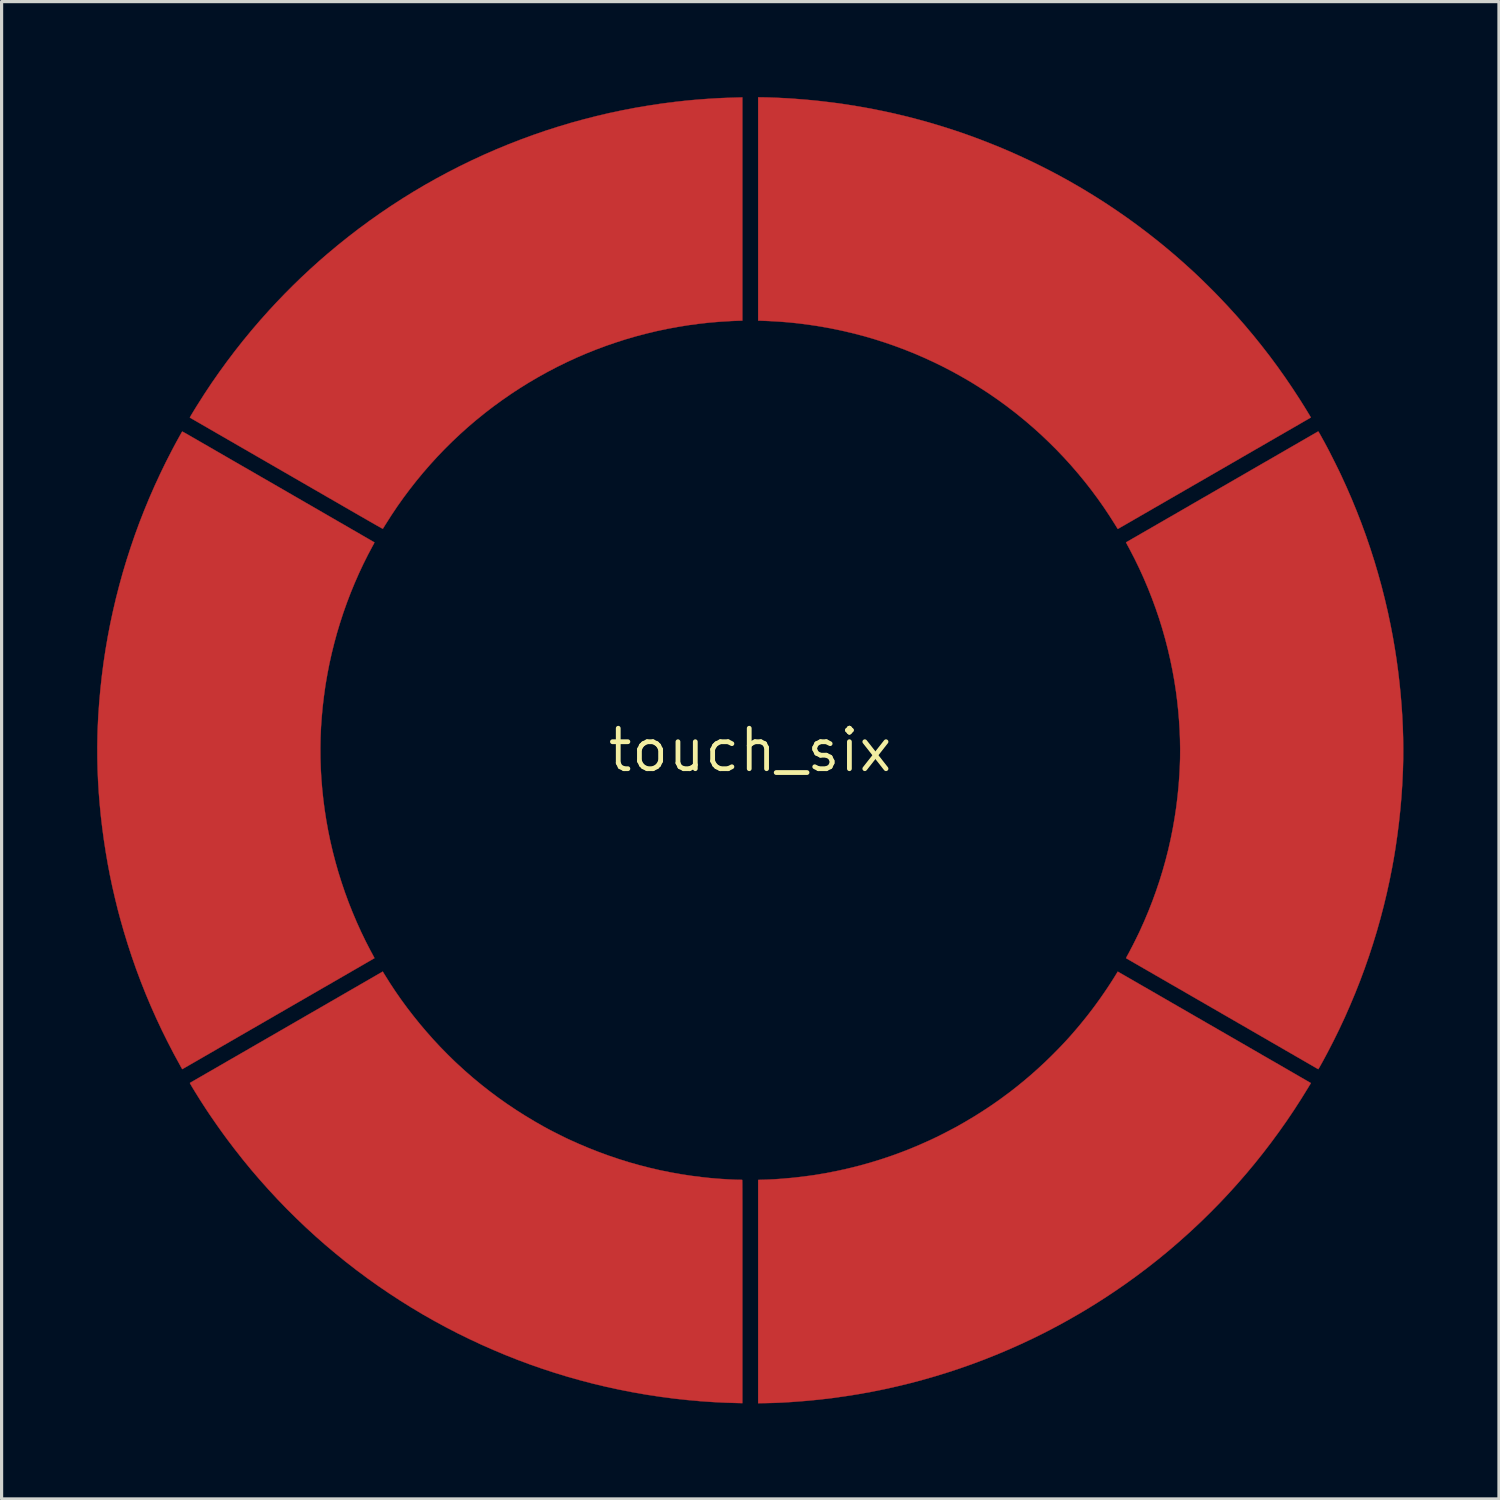
<source format=kicad_pcb>
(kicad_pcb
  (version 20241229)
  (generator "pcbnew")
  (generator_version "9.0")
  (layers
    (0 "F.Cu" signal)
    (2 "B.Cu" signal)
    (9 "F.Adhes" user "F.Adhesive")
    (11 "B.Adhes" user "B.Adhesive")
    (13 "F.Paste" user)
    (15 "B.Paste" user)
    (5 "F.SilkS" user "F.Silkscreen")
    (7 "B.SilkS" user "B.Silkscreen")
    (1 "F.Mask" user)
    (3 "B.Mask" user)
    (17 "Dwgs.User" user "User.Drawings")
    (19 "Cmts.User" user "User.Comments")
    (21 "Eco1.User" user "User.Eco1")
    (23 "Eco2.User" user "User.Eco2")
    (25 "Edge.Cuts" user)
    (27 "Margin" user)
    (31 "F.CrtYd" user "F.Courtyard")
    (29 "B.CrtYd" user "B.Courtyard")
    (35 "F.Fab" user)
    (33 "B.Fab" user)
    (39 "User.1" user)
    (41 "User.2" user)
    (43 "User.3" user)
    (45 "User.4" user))
  (footprint "touch_six"
    (layer "F.Cu")
    (at 20.502 20.503)
    (property "Reference" "touch_six" (at 0 0 0) (layer "F.SilkS") (effects (font (size 1.27 1.27) (thickness 0.15))))
    (attr through_hole)
    (fp_poly (pts (xy 11.544 6.953) (xy 11.555 6.96) (xy 11.573 6.97) (xy 11.598 6.984) (xy 11.629 7.002) (xy 11.666 7.023) (xy 11.709 7.048) (xy 11.758 7.076) (xy 11.813 7.108) (xy 11.874 7.143) (xy 11.939 7.181) (xy 12.01 7.221) (xy 12.085 7.265) (xy 12.165 7.311) (xy 12.25 7.36) (xy 12.338 7.411) (xy 12.431 7.464) (xy 12.528 7.52) (xy 12.628 7.578) (xy 12.731 7.637) (xy 12.838 7.699) (xy 12.947 7.762) (xy 13.059 7.827) (xy 13.174 7.893) (xy 13.291 7.961) (xy 13.411 8.03) (xy 13.532 8.1) (xy 13.655 8.17) (xy 13.779 8.242) (xy 13.905 8.315) (xy 14.031 8.388) (xy 14.159 8.461) (xy 14.287 8.536) (xy 14.416 8.61) (xy 14.545 8.684) (xy 14.674 8.759) (xy 14.803 8.833) (xy 14.931 8.907) (xy 15.059 8.981) (xy 15.186 9.054) (xy 15.312 9.127) (xy 15.437 9.199) (xy 15.56 9.27) (xy 15.682 9.341) (xy 15.802 9.41) (xy 15.92 9.478) (xy 16.035 9.545) (xy 16.148 9.61) (xy 16.259 9.674) (xy 16.366 9.736) (xy 16.471 9.796) (xy 16.572 9.854) (xy 16.67 9.911) (xy 16.764 9.965) (xy 16.854 10.017) (xy 16.939 10.067) (xy 17.021 10.114) (xy 17.098 10.158) (xy 17.17 10.2) (xy 17.237 10.239) (xy 17.299 10.275) (xy 17.356 10.307) (xy 17.407 10.337) (xy 17.452 10.363) (xy 17.492 10.386) (xy 17.525 10.405) (xy 17.551 10.42) (xy 17.571 10.432) (xy 17.584 10.439) (xy 17.59 10.443) (xy 17.591 10.443) (xy 17.602 10.45) (xy 17.52 10.586) (xy 17.299 10.944) (xy 17.072 11.296) (xy 16.838 11.643) (xy 16.597 11.984) (xy 16.351 12.319) (xy 16.098 12.649) (xy 15.839 12.973) (xy 15.573 13.292) (xy 15.301 13.605) (xy 15.023 13.913) (xy 14.738 14.215) (xy 14.447 14.511) (xy 14.149 14.803) (xy 13.845 15.088) (xy 13.741 15.183) (xy 13.431 15.459) (xy 13.116 15.729) (xy 12.795 15.992) (xy 12.469 16.248) (xy 12.138 16.497) (xy 11.802 16.74) (xy 11.461 16.976) (xy 11.115 17.205) (xy 10.765 17.427) (xy 10.411 17.642) (xy 10.052 17.849) (xy 9.69 18.05) (xy 9.323 18.243) (xy 8.952 18.429) (xy 8.577 18.607) (xy 8.199 18.777) (xy 7.817 18.94) (xy 7.432 19.095) (xy 7.402 19.107) (xy 7.013 19.254) (xy 6.621 19.393) (xy 6.226 19.524) (xy 5.829 19.647) (xy 5.43 19.762) (xy 5.028 19.869) (xy 4.625 19.967) (xy 4.22 20.058) (xy 3.813 20.14) (xy 3.404 20.214) (xy 2.994 20.279) (xy 2.583 20.337) (xy 2.17 20.386) (xy 1.757 20.426) (xy 1.342 20.458) (xy 1.291 20.462) (xy 1.152 20.47) (xy 1.02 20.478) (xy 0.894 20.484) (xy 0.774 20.489) (xy 0.657 20.492) (xy 0.544 20.495) (xy 0.458 20.497) (xy 0.25 20.499) (xy 0.25 13.492) (xy 0.259 13.49) (xy 0.266 13.489) (xy 0.28 13.489) (xy 0.3 13.488) (xy 0.324 13.487) (xy 0.353 13.486) (xy 0.379 13.485) (xy 0.501 13.482) (xy 0.631 13.476) (xy 0.768 13.469) (xy 0.911 13.459) (xy 1.022 13.451) (xy 1.358 13.421) (xy 1.691 13.382) (xy 2.024 13.336) (xy 2.355 13.281) (xy 2.684 13.217) (xy 3.011 13.146) (xy 3.336 13.067) (xy 3.659 12.979) (xy 3.979 12.884) (xy 4.297 12.781) (xy 4.612 12.67) (xy 4.925 12.551) (xy 5.234 12.424) (xy 5.54 12.29) (xy 5.844 12.148) (xy 6.143 11.998) (xy 6.44 11.842) (xy 6.732 11.677) (xy 7.021 11.505) (xy 7.305 11.326) (xy 7.586 11.14) (xy 7.862 10.946) (xy 7.897 10.92) (xy 8.132 10.747) (xy 8.361 10.569) (xy 8.586 10.386) (xy 8.808 10.198) (xy 9.026 10.004) (xy 9.242 9.804) (xy 9.456 9.597) (xy 9.668 9.383) (xy 9.834 9.21) (xy 9.922 9.115) (xy 10.013 9.015) (xy 10.106 8.91) (xy 10.201 8.8) (xy 10.296 8.688) (xy 10.391 8.574) (xy 10.484 8.46) (xy 10.575 8.346) (xy 10.628 8.278) (xy 10.72 8.159) (xy 10.812 8.036) (xy 10.905 7.908) (xy 10.998 7.779) (xy 11.089 7.647) (xy 11.179 7.516) (xy 11.266 7.385) (xy 11.349 7.257) (xy 11.428 7.132) (xy 11.502 7.012) (xy 11.517 6.986) (xy 11.526 6.971) (xy 11.534 6.959) (xy 11.539 6.952) (xy 11.541 6.951) (xy 11.544 6.953)) (stroke (width 0.01) (type solid)) (fill yes) (layer "F.Cu"))
    (fp_poly (pts (xy -0.246 -13.488) (xy -0.302 -13.486) (xy -0.326 -13.485) (xy -0.355 -13.484) (xy -0.387 -13.483) (xy -0.419 -13.482) (xy -0.436 -13.481) (xy -0.467 -13.48) (xy -0.503 -13.479) (xy -0.541 -13.477) (xy -0.578 -13.476) (xy -0.603 -13.474) (xy -0.941 -13.454) (xy -1.277 -13.426) (xy -1.611 -13.389) (xy -1.944 -13.344) (xy -2.275 -13.29) (xy -2.605 -13.229) (xy -2.932 -13.16) (xy -3.257 -13.082) (xy -3.58 -12.997) (xy -3.9 -12.904) (xy -4.218 -12.802) (xy -4.533 -12.694) (xy -4.846 -12.577) (xy -5.155 -12.453) (xy -5.461 -12.321) (xy -5.764 -12.181) (xy -6.064 -12.034) (xy -6.36 -11.879) (xy -6.652 -11.717) (xy -6.941 -11.548) (xy -7.226 -11.371) (xy -7.506 -11.187) (xy -7.783 -10.996) (xy -8.055 -10.798) (xy -8.322 -10.593) (xy -8.585 -10.38) (xy -8.611 -10.359) (xy -8.864 -10.143) (xy -9.111 -9.921) (xy -9.354 -9.692) (xy -9.591 -9.457) (xy -9.822 -9.216) (xy -10.047 -8.969) (xy -10.266 -8.717) (xy -10.478 -8.46) (xy -10.684 -8.198) (xy -10.884 -7.931) (xy -11.076 -7.66) (xy -11.261 -7.384) (xy -11.439 -7.104) (xy -11.474 -7.049) (xy -11.489 -7.024) (xy -11.503 -7.001) (xy -11.515 -6.982) (xy -11.524 -6.967) (xy -11.53 -6.957) (xy -11.532 -6.955) (xy -11.533 -6.954) (xy -11.535 -6.955) (xy -11.538 -6.956) (xy -11.542 -6.958) (xy -11.547 -6.96) (xy -11.555 -6.964) (xy -11.564 -6.968) (xy -11.575 -6.974) (xy -11.587 -6.981) (xy -11.603 -6.99) (xy -11.62 -6.999) (xy -11.64 -7.011) (xy -11.663 -7.023) (xy -11.689 -7.038) (xy -11.718 -7.054) (xy -11.75 -7.072) (xy -11.785 -7.092) (xy -11.824 -7.115) (xy -11.866 -7.139) (xy -11.912 -7.165) (xy -11.963 -7.194) (xy -12.017 -7.225) (xy -12.076 -7.259) (xy -12.139 -7.296) (xy -12.207 -7.335) (xy -12.28 -7.376) (xy -12.357 -7.421) (xy -12.44 -7.469) (xy -12.528 -7.519) (xy -12.621 -7.573) (xy -12.72 -7.63) (xy -12.825 -7.691) (xy -12.935 -7.755) (xy -13.052 -7.822) (xy -13.175 -7.893) (xy -13.304 -7.967) (xy -13.44 -8.046) (xy -13.582 -8.128) (xy -13.731 -8.214) (xy -13.888 -8.304) (xy -14.048 -8.397) (xy -14.188 -8.478) (xy -14.327 -8.558) (xy -14.465 -8.638) (xy -14.602 -8.717) (xy -14.739 -8.796) (xy -14.874 -8.874) (xy -15.007 -8.951) (xy -15.139 -9.027) (xy -15.268 -9.102) (xy -15.396 -9.175) (xy -15.52 -9.247) (xy -15.642 -9.318) (xy -15.761 -9.386) (xy -15.877 -9.453) (xy -15.989 -9.518) (xy -16.097 -9.58) (xy -16.201 -9.641) (xy -16.301 -9.698) (xy -16.397 -9.753) (xy -16.487 -9.806) (xy -16.573 -9.855) (xy -16.654 -9.902) (xy -16.729 -9.945) (xy -16.798 -9.985) (xy -16.862 -10.022) (xy -16.919 -10.055) (xy -16.97 -10.084) (xy -17.014 -10.11) (xy -17.051 -10.131) (xy -17.073 -10.144) (xy -17.134 -10.179) (xy -17.193 -10.213) (xy -17.249 -10.246) (xy -17.303 -10.277) (xy -17.353 -10.306) (xy -17.4 -10.333) (xy -17.442 -10.357) (xy -17.48 -10.379) (xy -17.514 -10.398) (xy -17.541 -10.415) (xy -17.563 -10.427) (xy -17.579 -10.437) (xy -17.588 -10.442) (xy -17.591 -10.444) (xy -17.59 -10.448) (xy -17.584 -10.459) (xy -17.575 -10.476) (xy -17.561 -10.5) (xy -17.545 -10.528) (xy -17.525 -10.561) (xy -17.502 -10.599) (xy -17.477 -10.641) (xy -17.449 -10.687) (xy -17.419 -10.735) (xy -17.388 -10.786) (xy -17.365 -10.823) (xy -17.141 -11.175) (xy -16.91 -11.523) (xy -16.672 -11.865) (xy -16.427 -12.202) (xy -16.176 -12.534) (xy -15.918 -12.861) (xy -15.653 -13.183) (xy -15.382 -13.499) (xy -15.104 -13.81) (xy -14.868 -14.064) (xy -14.615 -14.328) (xy -14.354 -14.59) (xy -14.088 -14.848) (xy -13.817 -15.101) (xy -13.543 -15.348) (xy -13.267 -15.587) (xy -13.267 -15.587) (xy -12.946 -15.856) (xy -12.62 -16.117) (xy -12.29 -16.371) (xy -11.955 -16.618) (xy -11.615 -16.858) (xy -11.271 -17.091) (xy -10.922 -17.317) (xy -10.569 -17.536) (xy -10.211 -17.747) (xy -9.848 -17.952) (xy -9.481 -18.149) (xy -9.11 -18.339) (xy -8.734 -18.522) (xy -8.354 -18.697) (xy -8.344 -18.702) (xy -7.965 -18.867) (xy -7.582 -19.025) (xy -7.196 -19.175) (xy -6.807 -19.317) (xy -6.416 -19.452) (xy -6.021 -19.578) (xy -5.625 -19.697) (xy -5.225 -19.807) (xy -4.824 -19.909) (xy -4.421 -20.004) (xy -4.015 -20.09) (xy -3.608 -20.168) (xy -3.2 -20.237) (xy -2.79 -20.299) (xy -2.379 -20.352) (xy -2.036 -20.39) (xy -1.851 -20.408) (xy -1.669 -20.424) (xy -1.489 -20.438) (xy -1.308 -20.451) (xy -1.127 -20.462) (xy -0.943 -20.472) (xy -0.755 -20.48) (xy -0.561 -20.486) (xy -0.363 -20.492) (xy -0.246 -20.495) (xy -0.246 -13.488)) (stroke (width 0.01) (type solid)) (fill yes) (layer "F.Cu"))
    (fp_poly (pts (xy 0.327 -20.498) (xy 0.38 -20.497) (xy 0.44 -20.496) (xy 0.506 -20.495) (xy 0.579 -20.493) (xy 0.656 -20.49) (xy 0.737 -20.487) (xy 0.822 -20.484) (xy 0.908 -20.48) (xy 0.995 -20.475) (xy 1.083 -20.471) (xy 1.17 -20.466) (xy 1.256 -20.461) (xy 1.339 -20.455) (xy 1.372 -20.453) (xy 1.786 -20.42) (xy 2.199 -20.379) (xy 2.61 -20.33) (xy 3.021 -20.272) (xy 3.43 -20.206) (xy 3.837 -20.132) (xy 4.243 -20.05) (xy 4.647 -19.959) (xy 5.049 -19.861) (xy 5.448 -19.754) (xy 5.846 -19.639) (xy 6.241 -19.516) (xy 6.634 -19.386) (xy 7.024 -19.247) (xy 7.411 -19.1) (xy 7.796 -18.946) (xy 8.177 -18.784) (xy 8.556 -18.613) (xy 8.931 -18.436) (xy 9.303 -18.25) (xy 9.672 -18.057) (xy 9.692 -18.046) (xy 10.052 -17.847) (xy 10.409 -17.64) (xy 10.762 -17.426) (xy 11.111 -17.205) (xy 11.455 -16.977) (xy 11.795 -16.742) (xy 12.13 -16.5) (xy 12.459 -16.252) (xy 12.783 -15.998) (xy 12.804 -15.981) (xy 13.031 -15.796) (xy 13.257 -15.606) (xy 13.48 -15.413) (xy 13.698 -15.219) (xy 13.91 -15.026) (xy 13.964 -14.976) (xy 14.032 -14.912) (xy 14.104 -14.843) (xy 14.18 -14.77) (xy 14.257 -14.694) (xy 14.336 -14.617) (xy 14.414 -14.54) (xy 14.49 -14.464) (xy 14.564 -14.39) (xy 14.633 -14.319) (xy 14.687 -14.264) (xy 14.974 -13.961) (xy 15.255 -13.653) (xy 15.529 -13.34) (xy 15.797 -13.021) (xy 16.057 -12.698) (xy 16.312 -12.369) (xy 16.559 -12.035) (xy 16.8 -11.695) (xy 17.034 -11.35) (xy 17.262 -11) (xy 17.364 -10.837) (xy 17.384 -10.807) (xy 17.404 -10.773) (xy 17.426 -10.738) (xy 17.448 -10.702) (xy 17.47 -10.666) (xy 17.492 -10.63) (xy 17.513 -10.596) (xy 17.532 -10.563) (xy 17.551 -10.533) (xy 17.567 -10.506) (xy 17.58 -10.483) (xy 17.591 -10.465) (xy 17.598 -10.453) (xy 17.601 -10.447) (xy 17.601 -10.446) (xy 17.598 -10.444) (xy 17.587 -10.438) (xy 17.569 -10.427) (xy 17.545 -10.413) (xy 17.514 -10.395) (xy 17.477 -10.374) (xy 17.433 -10.349) (xy 17.384 -10.321) (xy 17.329 -10.289) (xy 17.269 -10.254) (xy 17.204 -10.216) (xy 17.133 -10.175) (xy 17.058 -10.132) (xy 16.978 -10.086) (xy 16.893 -10.037) (xy 16.804 -9.986) (xy 16.712 -9.932) (xy 16.615 -9.877) (xy 16.515 -9.819) (xy 16.412 -9.759) (xy 16.305 -9.698) (xy 16.196 -9.634) (xy 16.083 -9.569) (xy 15.969 -9.503) (xy 15.851 -9.436) (xy 15.732 -9.367) (xy 15.611 -9.297) (xy 15.488 -9.226) (xy 15.364 -9.154) (xy 15.238 -9.081) (xy 15.111 -9.008) (xy 14.983 -8.934) (xy 14.855 -8.86) (xy 14.726 -8.786) (xy 14.597 -8.711) (xy 14.468 -8.637) (xy 14.339 -8.562) (xy 14.211 -8.488) (xy 14.083 -8.414) (xy 13.955 -8.341) (xy 13.829 -8.268) (xy 13.704 -8.196) (xy 13.581 -8.124) (xy 13.459 -8.054) (xy 13.339 -7.985) (xy 13.221 -7.917) (xy 13.105 -7.85) (xy 12.991 -7.784) (xy 12.881 -7.72) (xy 12.773 -7.658) (xy 12.668 -7.598) (xy 12.567 -7.539) (xy 12.469 -7.482) (xy 12.374 -7.428) (xy 12.284 -7.376) (xy 12.198 -7.326) (xy 12.116 -7.279) (xy 12.038 -7.234) (xy 11.966 -7.192) (xy 11.898 -7.153) (xy 11.836 -7.117) (xy 11.779 -7.084) (xy 11.727 -7.054) (xy 11.681 -7.028) (xy 11.641 -7.005) (xy 11.608 -6.986) (xy 11.581 -6.97) (xy 11.56 -6.958) (xy 11.547 -6.95) (xy 11.543 -6.948) (xy 11.54 -6.95) (xy 11.533 -6.958) (xy 11.53 -6.963) (xy 11.525 -6.971) (xy 11.517 -6.985) (xy 11.505 -7.003) (xy 11.491 -7.026) (xy 11.476 -7.051) (xy 11.462 -7.074) (xy 11.285 -7.353) (xy 11.101 -7.629) (xy 10.91 -7.9) (xy 10.712 -8.167) (xy 10.507 -8.429) (xy 10.295 -8.687) (xy 10.077 -8.939) (xy 9.853 -9.186) (xy 9.623 -9.427) (xy 9.386 -9.663) (xy 9.145 -9.893) (xy 8.898 -10.116) (xy 8.645 -10.334) (xy 8.388 -10.544) (xy 8.287 -10.624) (xy 8.018 -10.829) (xy 7.745 -11.026) (xy 7.467 -11.217) (xy 7.184 -11.4) (xy 6.898 -11.577) (xy 6.607 -11.745) (xy 6.313 -11.907) (xy 6.015 -12.061) (xy 5.713 -12.207) (xy 5.407 -12.346) (xy 5.098 -12.478) (xy 4.786 -12.601) (xy 4.471 -12.717) (xy 4.153 -12.825) (xy 3.832 -12.926) (xy 3.508 -13.018) (xy 3.182 -13.102) (xy 2.853 -13.178) (xy 2.663 -13.218) (xy 2.371 -13.274) (xy 2.076 -13.324) (xy 1.779 -13.368) (xy 1.483 -13.405) (xy 1.187 -13.435) (xy 0.892 -13.458) (xy 0.601 -13.474) (xy 0.491 -13.479) (xy 0.455 -13.48) (xy 0.42 -13.481) (xy 0.385 -13.483) (xy 0.354 -13.484) (xy 0.327 -13.485) (xy 0.307 -13.486) (xy 0.306 -13.486) (xy 0.25 -13.488) (xy 0.25 -20.498) (xy 0.327 -20.498)) (stroke (width 0.01) (type solid)) (fill yes) (layer "F.Cu"))
    (fp_poly (pts (xy -17.827 -10.002) (xy -17.82 -10) (xy -17.81 -9.995) (xy -17.797 -9.988) (xy -17.78 -9.979) (xy -17.759 -9.967) (xy -17.732 -9.953) (xy -17.701 -9.935) (xy -17.664 -9.914) (xy -17.621 -9.889) (xy -17.572 -9.861) (xy -17.516 -9.828) (xy -17.515 -9.828) (xy -17.495 -9.816) (xy -17.467 -9.8) (xy -17.433 -9.781) (xy -17.392 -9.757) (xy -17.345 -9.73) (xy -17.291 -9.698) (xy -17.231 -9.664) (xy -17.165 -9.626) (xy -17.094 -9.585) (xy -17.017 -9.541) (xy -16.935 -9.493) (xy -16.848 -9.443) (xy -16.757 -9.39) (xy -16.66 -9.334) (xy -16.559 -9.276) (xy -16.454 -9.215) (xy -16.345 -9.152) (xy -16.233 -9.087) (xy -16.116 -9.02) (xy -15.997 -8.951) (xy -15.874 -8.88) (xy -15.748 -8.808) (xy -15.62 -8.734) (xy -15.489 -8.658) (xy -15.356 -8.581) (xy -15.22 -8.503) (xy -15.083 -8.424) (xy -14.944 -8.344) (xy -14.804 -8.263) (xy -14.662 -8.181) (xy -14.52 -8.099) (xy -14.503 -8.089) (xy -14.363 -8.008) (xy -14.224 -7.928) (xy -14.088 -7.849) (xy -13.953 -7.771) (xy -13.821 -7.695) (xy -13.691 -7.62) (xy -13.564 -7.547) (xy -13.44 -7.475) (xy -13.319 -7.405) (xy -13.202 -7.337) (xy -13.087 -7.271) (xy -12.977 -7.207) (xy -12.87 -7.145) (xy -12.767 -7.086) (xy -12.668 -7.029) (xy -12.574 -6.974) (xy -12.484 -6.922) (xy -12.398 -6.873) (xy -12.318 -6.827) (xy -12.243 -6.783) (xy -12.173 -6.742) (xy -12.108 -6.705) (xy -12.049 -6.671) (xy -11.996 -6.64) (xy -11.949 -6.613) (xy -11.908 -6.589) (xy -11.873 -6.569) (xy -11.845 -6.552) (xy -11.823 -6.54) (xy -11.808 -6.531) (xy -11.801 -6.527) (xy -11.8 -6.526) (xy -11.799 -6.523) (xy -11.801 -6.515) (xy -11.806 -6.504) (xy -11.814 -6.487) (xy -11.826 -6.464) (xy -11.842 -6.434) (xy -11.843 -6.433) (xy -11.998 -6.143) (xy -12.145 -5.849) (xy -12.285 -5.55) (xy -12.418 -5.247) (xy -12.544 -4.941) (xy -12.662 -4.631) (xy -12.773 -4.318) (xy -12.876 -4.002) (xy -12.972 -3.684) (xy -13.059 -3.364) (xy -13.139 -3.042) (xy -13.211 -2.719) (xy -13.274 -2.395) (xy -13.33 -2.07) (xy -13.337 -2.026) (xy -13.383 -1.696) (xy -13.422 -1.368) (xy -13.452 -1.042) (xy -13.475 -0.717) (xy -13.489 -0.392) (xy -13.494 -0.068) (xy -13.492 0.256) (xy -13.482 0.58) (xy -13.463 0.905) (xy -13.436 1.231) (xy -13.401 1.559) (xy -13.36 1.872) (xy -13.309 2.2) (xy -13.25 2.528) (xy -13.183 2.854) (xy -13.107 3.179) (xy -13.023 3.502) (xy -12.932 3.823) (xy -12.832 4.142) (xy -12.725 4.458) (xy -12.61 4.772) (xy -12.487 5.083) (xy -12.357 5.39) (xy -12.22 5.693) (xy -12.075 5.993) (xy -11.923 6.288) (xy -11.835 6.451) (xy -11.823 6.474) (xy -11.812 6.494) (xy -11.804 6.511) (xy -11.799 6.522) (xy -11.797 6.528) (xy -11.797 6.528) (xy -11.801 6.531) (xy -11.812 6.537) (xy -11.83 6.547) (xy -11.855 6.562) (xy -11.886 6.58) (xy -11.924 6.602) (xy -11.968 6.627) (xy -12.018 6.656) (xy -12.074 6.688) (xy -12.135 6.724) (xy -12.203 6.763) (xy -12.275 6.805) (xy -12.353 6.85) (xy -12.435 6.897) (xy -12.523 6.948) (xy -12.615 7.001) (xy -12.711 7.057) (xy -12.812 7.115) (xy -12.917 7.176) (xy -13.026 7.239) (xy -13.138 7.304) (xy -13.254 7.371) (xy -13.374 7.439) (xy -13.496 7.51) (xy -13.622 7.583) (xy -13.75 7.657) (xy -13.881 7.732) (xy -14.014 7.809) (xy -14.15 7.888) (xy -14.288 7.967) (xy -14.427 8.048) (xy -14.508 8.094) (xy -14.65 8.177) (xy -14.792 8.258) (xy -14.932 8.339) (xy -15.071 8.42) (xy -15.208 8.499) (xy -15.343 8.577) (xy -15.476 8.654) (xy -15.607 8.729) (xy -15.735 8.803) (xy -15.861 8.876) (xy -15.983 8.946) (xy -16.102 9.015) (xy -16.218 9.082) (xy -16.331 9.147) (xy -16.439 9.21) (xy -16.544 9.27) (xy -16.645 9.328) (xy -16.741 9.384) (xy -16.832 9.437) (xy -16.919 9.487) (xy -17 9.534) (xy -17.077 9.578) (xy -17.148 9.619) (xy -17.213 9.657) (xy -17.273 9.691) (xy -17.326 9.722) (xy -17.373 9.749) (xy -17.414 9.773) (xy -17.448 9.792) (xy -17.475 9.808) (xy -17.495 9.82) (xy -17.498 9.821) (xy -17.544 9.848) (xy -17.588 9.873) (xy -17.63 9.897) (xy -17.668 9.92) (xy -17.704 9.94) (xy -17.735 9.958) (xy -17.761 9.973) (xy -17.782 9.985) (xy -17.797 9.994) (xy -17.805 9.998) (xy -17.806 9.999) (xy -17.83 10.012) (xy -17.838 9.998) (xy -17.843 9.991) (xy -17.851 9.977) (xy -17.861 9.958) (xy -17.874 9.936) (xy -17.888 9.911) (xy -17.897 9.893) (xy -18.098 9.525) (xy -18.29 9.154) (xy -18.475 8.78) (xy -18.651 8.404) (xy -18.82 8.024) (xy -18.981 7.641) (xy -19.134 7.255) (xy -19.279 6.866) (xy -19.416 6.474) (xy -19.545 6.078) (xy -19.667 5.679) (xy -19.781 5.277) (xy -19.85 5.018) (xy -19.939 4.657) (xy -20.023 4.293) (xy -20.1 3.927) (xy -20.17 3.559) (xy -20.233 3.189) (xy -20.29 2.818) (xy -20.34 2.447) (xy -20.384 2.075) (xy -20.42 1.705) (xy -20.45 1.335) (xy -20.472 0.967) (xy -20.488 0.601) (xy -20.496 0.237) (xy -20.497 -0.123) (xy -20.491 -0.48) (xy -20.485 -0.675) (xy -20.465 -1.091) (xy -20.436 -1.506) (xy -20.399 -1.92) (xy -20.354 -2.332) (xy -20.301 -2.744) (xy -20.239 -3.154) (xy -20.169 -3.562) (xy -20.091 -3.968) (xy -20.004 -4.373) (xy -19.91 -4.776) (xy -19.807 -5.177) (xy -19.697 -5.575) (xy -19.578 -5.971) (xy -19.451 -6.365) (xy -19.317 -6.757) (xy -19.175 -7.145) (xy -19.024 -7.531) (xy -18.866 -7.914) (xy -18.7 -8.294) (xy -18.526 -8.67) (xy -18.345 -9.044) (xy -18.155 -9.414) (xy -18.048 -9.616) (xy -18.028 -9.653) (xy -18.007 -9.692) (xy -17.985 -9.731) (xy -17.963 -9.771) (xy -17.942 -9.809) (xy -17.922 -9.847) (xy -17.902 -9.881) (xy -17.885 -9.913) (xy -17.869 -9.941) (xy -17.855 -9.965) (xy -17.845 -9.984) (xy -17.837 -9.996) (xy -17.833 -10.002) (xy -17.833 -10.003) (xy -17.831 -10.003) (xy -17.827 -10.002)) (stroke (width 0.01) (type solid)) (fill yes) (layer "F.Cu"))
    (fp_poly (pts (xy -11.535 6.951) (xy -11.532 6.955) (xy -11.526 6.966) (xy -11.516 6.981) (xy -11.505 7) (xy -11.491 7.023) (xy -11.483 7.036) (xy -11.316 7.303) (xy -11.142 7.567) (xy -10.96 7.829) (xy -10.771 8.087) (xy -10.574 8.342) (xy -10.372 8.593) (xy -10.163 8.839) (xy -9.949 9.081) (xy -9.729 9.317) (xy -9.504 9.547) (xy -9.275 9.771) (xy -9.203 9.838) (xy -8.954 10.066) (xy -8.699 10.288) (xy -8.44 10.502) (xy -8.175 10.71) (xy -7.906 10.911) (xy -7.63 11.106) (xy -7.35 11.294) (xy -7.064 11.475) (xy -6.773 11.65) (xy -6.477 11.819) (xy -6.348 11.889) (xy -6.315 11.907) (xy -6.275 11.928) (xy -6.23 11.951) (xy -6.182 11.976) (xy -6.13 12.002) (xy -6.076 12.03) (xy -6.021 12.057) (xy -5.966 12.085) (xy -5.913 12.111) (xy -5.862 12.136) (xy -5.815 12.16) (xy -5.772 12.181) (xy -5.735 12.198) (xy -5.713 12.209) (xy -5.4 12.35) (xy -5.086 12.483) (xy -4.77 12.608) (xy -4.452 12.725) (xy -4.133 12.833) (xy -3.811 12.934) (xy -3.488 13.025) (xy -3.163 13.109) (xy -2.836 13.185) (xy -2.506 13.252) (xy -2.175 13.311) (xy -1.842 13.362) (xy -1.507 13.404) (xy -1.306 13.426) (xy -1.236 13.433) (xy -1.162 13.439) (xy -1.086 13.446) (xy -1.007 13.452) (xy -0.927 13.458) (xy -0.847 13.463) (xy -0.768 13.468) (xy -0.691 13.473) (xy -0.617 13.477) (xy -0.546 13.48) (xy -0.48 13.483) (xy -0.419 13.485) (xy -0.364 13.487) (xy -0.317 13.487) (xy -0.313 13.487) (xy -0.292 13.488) (xy -0.273 13.488) (xy -0.26 13.489) (xy -0.252 13.49) (xy -0.252 13.49) (xy -0.252 13.491) (xy -0.251 13.492) (xy -0.251 13.495) (xy -0.251 13.5) (xy -0.25 13.506) (xy -0.25 13.513) (xy -0.25 13.523) (xy -0.249 13.535) (xy -0.249 13.549) (xy -0.249 13.565) (xy -0.249 13.584) (xy -0.248 13.606) (xy -0.248 13.63) (xy -0.248 13.658) (xy -0.248 13.689) (xy -0.248 13.724) (xy -0.247 13.762) (xy -0.247 13.803) (xy -0.247 13.849) (xy -0.247 13.899) (xy -0.247 13.953) (xy -0.247 14.011) (xy -0.247 14.074) (xy -0.246 14.142) (xy -0.246 14.215) (xy -0.246 14.293) (xy -0.246 14.376) (xy -0.246 14.464) (xy -0.246 14.559) (xy -0.246 14.658) (xy -0.246 14.764) (xy -0.246 14.876) (xy -0.246 14.994) (xy -0.246 15.119) (xy -0.246 15.25) (xy -0.246 15.388) (xy -0.246 15.533) (xy -0.246 15.685) (xy -0.246 15.845) (xy -0.246 16.011) (xy -0.246 16.186) (xy -0.246 16.368) (xy -0.246 16.558) (xy -0.246 16.756) (xy -0.246 16.962) (xy -0.246 20.498) (xy -0.272 20.497) (xy -0.287 20.496) (xy -0.308 20.496) (xy -0.331 20.495) (xy -0.349 20.495) (xy -0.76 20.483) (xy -1.167 20.463) (xy -1.573 20.435) (xy -1.976 20.399) (xy -2.378 20.355) (xy -2.78 20.303) (xy -3.181 20.243) (xy -3.298 20.224) (xy -3.708 20.152) (xy -4.115 20.072) (xy -4.521 19.984) (xy -4.924 19.888) (xy -5.325 19.783) (xy -5.724 19.671) (xy -6.12 19.55) (xy -6.513 19.422) (xy -6.904 19.286) (xy -7.291 19.142) (xy -7.676 18.99) (xy -8.057 18.83) (xy -8.436 18.663) (xy -8.81 18.488) (xy -9.182 18.306) (xy -9.549 18.116) (xy -9.913 17.919) (xy -10.273 17.714) (xy -10.629 17.502) (xy -10.981 17.282) (xy -11.329 17.055) (xy -11.673 16.821) (xy -12.012 16.58) (xy -12.037 16.561) (xy -12.371 16.313) (xy -12.699 16.058) (xy -13.022 15.796) (xy -13.339 15.529) (xy -13.651 15.254) (xy -13.957 14.974) (xy -14.257 14.687) (xy -14.552 14.395) (xy -14.84 14.096) (xy -15.123 13.791) (xy -15.399 13.481) (xy -15.67 13.165) (xy -15.934 12.843) (xy -16.192 12.515) (xy -16.392 12.251) (xy -16.494 12.113) (xy -16.597 11.971) (xy -16.7 11.827) (xy -16.802 11.681) (xy -16.902 11.536) (xy -17 11.392) (xy -17.093 11.252) (xy -17.181 11.116) (xy -17.185 11.109) (xy -17.198 11.09) (xy -17.213 11.066) (xy -17.229 11.042) (xy -17.243 11.02) (xy -17.269 10.98) (xy -17.298 10.933) (xy -17.33 10.882) (xy -17.364 10.827) (xy -17.399 10.771) (xy -17.434 10.714) (xy -17.469 10.657) (xy -17.502 10.603) (xy -17.506 10.596) (xy -17.529 10.558) (xy -17.547 10.527) (xy -17.562 10.501) (xy -17.573 10.482) (xy -17.581 10.467) (xy -17.586 10.456) (xy -17.589 10.449) (xy -17.589 10.446) (xy -17.588 10.446) (xy -17.584 10.443) (xy -17.573 10.436) (xy -17.555 10.426) (xy -17.533 10.412) (xy -17.506 10.397) (xy -17.475 10.379) (xy -17.441 10.359) (xy -17.404 10.338) (xy -17.382 10.325) (xy -17.369 10.318) (xy -17.349 10.306) (xy -17.323 10.291) (xy -17.29 10.272) (xy -17.25 10.249) (xy -17.205 10.223) (xy -17.154 10.194) (xy -17.098 10.161) (xy -17.036 10.125) (xy -16.969 10.087) (xy -16.897 10.045) (xy -16.82 10.001) (xy -16.739 9.954) (xy -16.653 9.904) (xy -16.563 9.853) (xy -16.47 9.799) (xy -16.373 9.742) (xy -16.272 9.684) (xy -16.168 9.624) (xy -16.061 9.563) (xy -15.951 9.499) (xy -15.839 9.435) (xy -15.724 9.368) (xy -15.608 9.301) (xy -15.489 9.232) (xy -15.368 9.163) (xy -15.246 9.092) (xy -15.123 9.021) (xy -14.998 8.949) (xy -14.873 8.877) (xy -14.747 8.804) (xy -14.62 8.731) (xy -14.493 8.657) (xy -14.366 8.584) (xy -14.24 8.511) (xy -14.113 8.438) (xy -13.987 8.365) (xy -13.863 8.293) (xy -13.739 8.222) (xy -13.616 8.151) (xy -13.495 8.081) (xy -13.375 8.012) (xy -13.257 7.944) (xy -13.142 7.877) (xy -13.028 7.812) (xy -12.917 7.747) (xy -12.809 7.685) (xy -12.704 7.624) (xy -12.602 7.565) (xy -12.503 7.508) (xy -12.408 7.453) (xy -12.317 7.401) (xy -12.23 7.35) (xy -12.146 7.302) (xy -12.068 7.257) (xy -11.994 7.214) (xy -11.924 7.174) (xy -11.86 7.137) (xy -11.801 7.103) (xy -11.748 7.072) (xy -11.7 7.044) (xy -11.658 7.02) (xy -11.623 7) (xy -11.593 6.983) (xy -11.571 6.97) (xy -11.555 6.96) (xy -11.546 6.955) (xy -11.543 6.954) (xy -11.537 6.951) (xy -11.535 6.951)) (stroke (width 0.01) (type solid)) (fill yes) (layer "F.Cu"))
    (fp_poly (pts (xy 17.833 -10.007) (xy 17.837 -10.004) (xy 17.842 -9.998) (xy 17.849 -9.987) (xy 17.858 -9.972) (xy 17.87 -9.952) (xy 17.885 -9.926) (xy 17.903 -9.893) (xy 17.925 -9.854) (xy 17.963 -9.784) (xy 17.999 -9.72) (xy 18.032 -9.66) (xy 18.062 -9.604) (xy 18.091 -9.55) (xy 18.119 -9.497) (xy 18.147 -9.444) (xy 18.175 -9.39) (xy 18.204 -9.334) (xy 18.234 -9.274) (xy 18.266 -9.211) (xy 18.301 -9.142) (xy 18.338 -9.068) (xy 18.363 -9.019) (xy 18.388 -8.968) (xy 18.413 -8.918) (xy 18.437 -8.868) (xy 18.461 -8.82) (xy 18.483 -8.775) (xy 18.503 -8.734) (xy 18.52 -8.698) (xy 18.534 -8.669) (xy 18.537 -8.663) (xy 18.712 -8.282) (xy 18.879 -7.899) (xy 19.037 -7.514) (xy 19.188 -7.126) (xy 19.331 -6.735) (xy 19.465 -6.342) (xy 19.592 -5.947) (xy 19.71 -5.548) (xy 19.821 -5.147) (xy 19.923 -4.744) (xy 20.018 -4.337) (xy 20.104 -3.927) (xy 20.108 -3.907) (xy 20.175 -3.559) (xy 20.235 -3.208) (xy 20.29 -2.855) (xy 20.338 -2.501) (xy 20.38 -2.146) (xy 20.416 -1.792) (xy 20.446 -1.438) (xy 20.47 -1.085) (xy 20.487 -0.734) (xy 20.498 -0.386) (xy 20.502 -0.042) (xy 20.5 0.299) (xy 20.491 0.635) (xy 20.489 0.679) (xy 20.47 1.082) (xy 20.443 1.482) (xy 20.408 1.879) (xy 20.366 2.274) (xy 20.316 2.669) (xy 20.259 3.063) (xy 20.225 3.274) (xy 20.217 3.322) (xy 20.21 3.363) (xy 20.204 3.399) (xy 20.198 3.433) (xy 20.192 3.465) (xy 20.186 3.497) (xy 20.18 3.53) (xy 20.174 3.567) (xy 20.166 3.608) (xy 20.157 3.656) (xy 20.153 3.681) (xy 20.073 4.084) (xy 19.985 4.486) (xy 19.889 4.886) (xy 19.785 5.284) (xy 19.673 5.681) (xy 19.552 6.076) (xy 19.424 6.468) (xy 19.288 6.858) (xy 19.144 7.245) (xy 18.992 7.629) (xy 18.832 8.01) (xy 18.666 8.388) (xy 18.491 8.762) (xy 18.309 9.132) (xy 18.12 9.498) (xy 18.008 9.707) (xy 17.975 9.768) (xy 17.945 9.822) (xy 17.918 9.87) (xy 17.895 9.911) (xy 17.876 9.945) (xy 17.86 9.972) (xy 17.847 9.993) (xy 17.839 10.006) (xy 17.834 10.012) (xy 17.833 10.012) (xy 17.826 10.009) (xy 17.824 10.008) (xy 17.823 10.007) (xy 17.818 10.004) (xy 17.811 10) (xy 17.8 9.994) (xy 17.787 9.986) (xy 17.77 9.976) (xy 17.75 9.965) (xy 17.727 9.951) (xy 17.7 9.936) (xy 17.669 9.918) (xy 17.635 9.898) (xy 17.597 9.876) (xy 17.555 9.852) (xy 17.51 9.826) (xy 17.46 9.797) (xy 17.406 9.766) (xy 17.348 9.732) (xy 17.286 9.696) (xy 17.219 9.658) (xy 17.148 9.617) (xy 17.072 9.573) (xy 16.992 9.527) (xy 16.907 9.477) (xy 16.817 9.426) (xy 16.722 9.371) (xy 16.622 9.313) (xy 16.517 9.252) (xy 16.407 9.189) (xy 16.292 9.122) (xy 16.171 9.052) (xy 16.045 8.98) (xy 15.913 8.903) (xy 15.776 8.824) (xy 15.633 8.741) (xy 15.484 8.655) (xy 15.329 8.566) (xy 15.168 8.473) (xy 15.001 8.377) (xy 14.828 8.277) (xy 14.649 8.173) (xy 14.463 8.066) (xy 14.271 7.955) (xy 14.072 7.84) (xy 13.867 7.722) (xy 13.655 7.599) (xy 13.436 7.473) (xy 13.21 7.343) (xy 12.977 7.208) (xy 12.737 7.07) (xy 12.49 6.927) (xy 12.266 6.798) (xy 12.208 6.764) (xy 12.153 6.732) (xy 12.1 6.702) (xy 12.05 6.673) (xy 12.003 6.645) (xy 11.96 6.621) (xy 11.921 6.598) (xy 11.887 6.578) (xy 11.858 6.561) (xy 11.834 6.548) (xy 11.817 6.537) (xy 11.806 6.531) (xy 11.801 6.528) (xy 11.801 6.528) (xy 11.802 6.524) (xy 11.807 6.513) (xy 11.815 6.497) (xy 11.825 6.477) (xy 11.837 6.454) (xy 11.842 6.444) (xy 11.878 6.379) (xy 11.916 6.308) (xy 11.955 6.232) (xy 11.996 6.155) (xy 12.036 6.075) (xy 12.076 5.996) (xy 12.115 5.918) (xy 12.152 5.842) (xy 12.187 5.771) (xy 12.219 5.704) (xy 12.234 5.671) (xy 12.375 5.358) (xy 12.507 5.044) (xy 12.631 4.727) (xy 12.746 4.409) (xy 12.854 4.089) (xy 12.953 3.766) (xy 13.044 3.442) (xy 13.127 3.116) (xy 13.201 2.788) (xy 13.267 2.458) (xy 13.325 2.126) (xy 13.375 1.792) (xy 13.416 1.456) (xy 13.45 1.118) (xy 13.475 0.778) (xy 13.487 0.544) (xy 13.497 0.254) (xy 13.499 -0.039) (xy 13.494 -0.336) (xy 13.483 -0.634) (xy 13.464 -0.935) (xy 13.439 -1.236) (xy 13.407 -1.537) (xy 13.369 -1.837) (xy 13.323 -2.135) (xy 13.318 -2.17) (xy 13.258 -2.503) (xy 13.19 -2.834) (xy 13.114 -3.163) (xy 13.03 -3.49) (xy 12.938 -3.814) (xy 12.838 -4.136) (xy 12.729 -4.455) (xy 12.613 -4.771) (xy 12.489 -5.085) (xy 12.357 -5.396) (xy 12.217 -5.704) (xy 12.069 -6.009) (xy 11.913 -6.311) (xy 11.854 -6.419) (xy 11.84 -6.446) (xy 11.827 -6.471) (xy 11.815 -6.492) (xy 11.807 -6.509) (xy 11.801 -6.52) (xy 11.799 -6.525) (xy 11.799 -6.525) (xy 11.803 -6.527) (xy 11.813 -6.534) (xy 11.831 -6.544) (xy 11.856 -6.558) (xy 11.887 -6.576) (xy 11.924 -6.597) (xy 11.967 -6.622) (xy 12.016 -6.651) (xy 12.071 -6.682) (xy 12.131 -6.717) (xy 12.196 -6.754) (xy 12.266 -6.795) (xy 12.341 -6.838) (xy 12.42 -6.884) (xy 12.504 -6.932) (xy 12.592 -6.983) (xy 12.684 -7.036) (xy 12.779 -7.091) (xy 12.878 -7.148) (xy 12.98 -7.207) (xy 13.085 -7.268) (xy 13.193 -7.33) (xy 13.304 -7.394) (xy 13.417 -7.459) (xy 13.532 -7.526) (xy 13.649 -7.593) (xy 13.71 -7.628) (xy 13.838 -7.703) (xy 13.97 -7.779) (xy 14.103 -7.856) (xy 14.238 -7.934) (xy 14.375 -8.012) (xy 14.512 -8.092) (xy 14.65 -8.171) (xy 14.788 -8.251) (xy 14.925 -8.33) (xy 15.062 -8.409) (xy 15.198 -8.488) (xy 15.332 -8.565) (xy 15.464 -8.641) (xy 15.594 -8.716) (xy 15.72 -8.789) (xy 15.844 -8.861) (xy 15.964 -8.93) (xy 16.079 -8.997) (xy 16.191 -9.061) (xy 16.297 -9.122) (xy 16.398 -9.18) (xy 16.493 -9.235) (xy 16.582 -9.287) (xy 16.664 -9.334) (xy 16.722 -9.367) (xy 16.811 -9.419) (xy 16.899 -9.47) (xy 16.984 -9.519) (xy 17.067 -9.567) (xy 17.148 -9.613) (xy 17.225 -9.658) (xy 17.299 -9.701) (xy 17.369 -9.741) (xy 17.436 -9.78) (xy 17.498 -9.816) (xy 17.556 -9.849) (xy 17.609 -9.88) (xy 17.658 -9.908) (xy 17.701 -9.933) (xy 17.738 -9.954) (xy 17.769 -9.972) (xy 17.795 -9.987) (xy 17.814 -9.998) (xy 17.826 -10.005) (xy 17.831 -10.008) (xy 17.831 -10.008) (xy 17.833 -10.007)) (stroke (width 0.01) (type solid)) (fill yes) (layer "F.Cu"))
    (fp_poly (pts (xy 11.544 6.953) (xy 11.555 6.96) (xy 11.573 6.97) (xy 11.598 6.984) (xy 11.629 7.002) (xy 11.666 7.023) (xy 11.709 7.048) (xy 11.758 7.076) (xy 11.813 7.108) (xy 11.874 7.143) (xy 11.939 7.181) (xy 12.01 7.221) (xy 12.085 7.265) (xy 12.165 7.311) (xy 12.25 7.36) (xy 12.338 7.411) (xy 12.431 7.464) (xy 12.528 7.52) (xy 12.628 7.578) (xy 12.731 7.637) (xy 12.838 7.699) (xy 12.947 7.762) (xy 13.059 7.827) (xy 13.174 7.893) (xy 13.291 7.961) (xy 13.411 8.03) (xy 13.532 8.1) (xy 13.655 8.17) (xy 13.779 8.242) (xy 13.905 8.315) (xy 14.031 8.388) (xy 14.159 8.461) (xy 14.287 8.536) (xy 14.416 8.61) (xy 14.545 8.684) (xy 14.674 8.759) (xy 14.803 8.833) (xy 14.931 8.907) (xy 15.059 8.981) (xy 15.186 9.054) (xy 15.312 9.127) (xy 15.437 9.199) (xy 15.56 9.27) (xy 15.682 9.341) (xy 15.802 9.41) (xy 15.92 9.478) (xy 16.035 9.545) (xy 16.148 9.61) (xy 16.259 9.674) (xy 16.366 9.736) (xy 16.471 9.796) (xy 16.572 9.854) (xy 16.67 9.911) (xy 16.764 9.965) (xy 16.854 10.017) (xy 16.939 10.067) (xy 17.021 10.114) (xy 17.098 10.158) (xy 17.17 10.2) (xy 17.237 10.239) (xy 17.299 10.275) (xy 17.356 10.307) (xy 17.407 10.337) (xy 17.452 10.363) (xy 17.492 10.386) (xy 17.525 10.405) (xy 17.551 10.42) (xy 17.571 10.432) (xy 17.584 10.439) (xy 17.59 10.443) (xy 17.591 10.443) (xy 17.602 10.45) (xy 17.52 10.586) (xy 17.299 10.944) (xy 17.072 11.296) (xy 16.838 11.643) (xy 16.597 11.984) (xy 16.351 12.319) (xy 16.098 12.649) (xy 15.839 12.973) (xy 15.573 13.292) (xy 15.301 13.605) (xy 15.023 13.913) (xy 14.738 14.215) (xy 14.447 14.511) (xy 14.149 14.803) (xy 13.845 15.088) (xy 13.741 15.183) (xy 13.431 15.459) (xy 13.116 15.729) (xy 12.795 15.992) (xy 12.469 16.248) (xy 12.138 16.497) (xy 11.802 16.74) (xy 11.461 16.976) (xy 11.115 17.205) (xy 10.765 17.427) (xy 10.411 17.642) (xy 10.052 17.849) (xy 9.69 18.05) (xy 9.323 18.243) (xy 8.952 18.429) (xy 8.577 18.607) (xy 8.199 18.777) (xy 7.817 18.94) (xy 7.432 19.095) (xy 7.402 19.107) (xy 7.013 19.254) (xy 6.621 19.393) (xy 6.226 19.524) (xy 5.829 19.647) (xy 5.43 19.762) (xy 5.028 19.869) (xy 4.625 19.967) (xy 4.22 20.058) (xy 3.813 20.14) (xy 3.404 20.214) (xy 2.994 20.279) (xy 2.583 20.337) (xy 2.17 20.386) (xy 1.757 20.426) (xy 1.342 20.458) (xy 1.291 20.462) (xy 1.152 20.47) (xy 1.02 20.478) (xy 0.894 20.484) (xy 0.774 20.489) (xy 0.657 20.492) (xy 0.544 20.495) (xy 0.458 20.497) (xy 0.25 20.499) (xy 0.25 13.492) (xy 0.259 13.49) (xy 0.266 13.489) (xy 0.28 13.489) (xy 0.3 13.488) (xy 0.324 13.487) (xy 0.353 13.486) (xy 0.379 13.485) (xy 0.501 13.482) (xy 0.631 13.476) (xy 0.768 13.469) (xy 0.911 13.459) (xy 1.022 13.451) (xy 1.358 13.421) (xy 1.691 13.382) (xy 2.024 13.336) (xy 2.355 13.281) (xy 2.684 13.217) (xy 3.011 13.146) (xy 3.336 13.067) (xy 3.659 12.979) (xy 3.979 12.884) (xy 4.297 12.781) (xy 4.612 12.67) (xy 4.925 12.551) (xy 5.234 12.424) (xy 5.54 12.29) (xy 5.844 12.148) (xy 6.143 11.998) (xy 6.44 11.842) (xy 6.732 11.677) (xy 7.021 11.505) (xy 7.305 11.326) (xy 7.586 11.14) (xy 7.862 10.946) (xy 7.897 10.92) (xy 8.132 10.747) (xy 8.361 10.569) (xy 8.586 10.386) (xy 8.808 10.198) (xy 9.026 10.004) (xy 9.242 9.804) (xy 9.456 9.597) (xy 9.668 9.383) (xy 9.834 9.21) (xy 9.922 9.115) (xy 10.013 9.015) (xy 10.106 8.91) (xy 10.201 8.8) (xy 10.296 8.688) (xy 10.391 8.574) (xy 10.484 8.46) (xy 10.575 8.346) (xy 10.628 8.278) (xy 10.72 8.159) (xy 10.812 8.036) (xy 10.905 7.908) (xy 10.998 7.779) (xy 11.089 7.647) (xy 11.179 7.516) (xy 11.266 7.385) (xy 11.349 7.257) (xy 11.428 7.132) (xy 11.502 7.012) (xy 11.517 6.986) (xy 11.526 6.971) (xy 11.534 6.959) (xy 11.539 6.952) (xy 11.541 6.951) (xy 11.544 6.953)) (stroke (width 0.01) (type solid)) (fill yes) (layer "F.Mask"))
    (fp_poly (pts (xy -0.246 -13.488) (xy -0.302 -13.486) (xy -0.326 -13.485) (xy -0.355 -13.484) (xy -0.387 -13.483) (xy -0.419 -13.482) (xy -0.436 -13.481) (xy -0.467 -13.48) (xy -0.503 -13.479) (xy -0.541 -13.477) (xy -0.578 -13.476) (xy -0.603 -13.474) (xy -0.941 -13.454) (xy -1.277 -13.426) (xy -1.611 -13.389) (xy -1.944 -13.344) (xy -2.275 -13.29) (xy -2.605 -13.229) (xy -2.932 -13.16) (xy -3.257 -13.082) (xy -3.58 -12.997) (xy -3.9 -12.904) (xy -4.218 -12.802) (xy -4.533 -12.694) (xy -4.846 -12.577) (xy -5.155 -12.453) (xy -5.461 -12.321) (xy -5.764 -12.181) (xy -6.064 -12.034) (xy -6.36 -11.879) (xy -6.652 -11.717) (xy -6.941 -11.548) (xy -7.226 -11.371) (xy -7.506 -11.187) (xy -7.783 -10.996) (xy -8.055 -10.798) (xy -8.322 -10.593) (xy -8.585 -10.38) (xy -8.611 -10.359) (xy -8.864 -10.143) (xy -9.111 -9.921) (xy -9.354 -9.692) (xy -9.591 -9.457) (xy -9.822 -9.216) (xy -10.047 -8.969) (xy -10.266 -8.717) (xy -10.478 -8.46) (xy -10.684 -8.198) (xy -10.884 -7.931) (xy -11.076 -7.66) (xy -11.261 -7.384) (xy -11.439 -7.104) (xy -11.474 -7.049) (xy -11.489 -7.024) (xy -11.503 -7.001) (xy -11.515 -6.982) (xy -11.524 -6.967) (xy -11.53 -6.957) (xy -11.532 -6.955) (xy -11.533 -6.954) (xy -11.535 -6.955) (xy -11.538 -6.956) (xy -11.542 -6.958) (xy -11.547 -6.96) (xy -11.555 -6.964) (xy -11.564 -6.968) (xy -11.575 -6.974) (xy -11.587 -6.981) (xy -11.603 -6.99) (xy -11.62 -6.999) (xy -11.64 -7.011) (xy -11.663 -7.023) (xy -11.689 -7.038) (xy -11.718 -7.054) (xy -11.75 -7.072) (xy -11.785 -7.092) (xy -11.824 -7.115) (xy -11.866 -7.139) (xy -11.912 -7.165) (xy -11.963 -7.194) (xy -12.017 -7.225) (xy -12.076 -7.259) (xy -12.139 -7.296) (xy -12.207 -7.335) (xy -12.28 -7.376) (xy -12.357 -7.421) (xy -12.44 -7.469) (xy -12.528 -7.519) (xy -12.621 -7.573) (xy -12.72 -7.63) (xy -12.825 -7.691) (xy -12.935 -7.755) (xy -13.052 -7.822) (xy -13.175 -7.893) (xy -13.304 -7.967) (xy -13.44 -8.046) (xy -13.582 -8.128) (xy -13.731 -8.214) (xy -13.888 -8.304) (xy -14.048 -8.397) (xy -14.188 -8.478) (xy -14.327 -8.558) (xy -14.465 -8.638) (xy -14.602 -8.717) (xy -14.739 -8.796) (xy -14.874 -8.874) (xy -15.007 -8.951) (xy -15.139 -9.027) (xy -15.268 -9.102) (xy -15.396 -9.175) (xy -15.52 -9.247) (xy -15.642 -9.318) (xy -15.761 -9.386) (xy -15.877 -9.453) (xy -15.989 -9.518) (xy -16.097 -9.58) (xy -16.201 -9.641) (xy -16.301 -9.698) (xy -16.397 -9.753) (xy -16.487 -9.806) (xy -16.573 -9.855) (xy -16.654 -9.902) (xy -16.729 -9.945) (xy -16.798 -9.985) (xy -16.862 -10.022) (xy -16.919 -10.055) (xy -16.97 -10.084) (xy -17.014 -10.11) (xy -17.051 -10.131) (xy -17.073 -10.144) (xy -17.134 -10.179) (xy -17.193 -10.213) (xy -17.249 -10.246) (xy -17.303 -10.277) (xy -17.353 -10.306) (xy -17.4 -10.333) (xy -17.442 -10.357) (xy -17.48 -10.379) (xy -17.514 -10.398) (xy -17.541 -10.415) (xy -17.563 -10.427) (xy -17.579 -10.437) (xy -17.588 -10.442) (xy -17.591 -10.444) (xy -17.59 -10.448) (xy -17.584 -10.459) (xy -17.575 -10.476) (xy -17.561 -10.5) (xy -17.545 -10.528) (xy -17.525 -10.561) (xy -17.502 -10.599) (xy -17.477 -10.641) (xy -17.449 -10.687) (xy -17.419 -10.735) (xy -17.388 -10.786) (xy -17.365 -10.823) (xy -17.141 -11.175) (xy -16.91 -11.523) (xy -16.672 -11.865) (xy -16.427 -12.202) (xy -16.176 -12.534) (xy -15.918 -12.861) (xy -15.653 -13.183) (xy -15.382 -13.499) (xy -15.104 -13.81) (xy -14.868 -14.064) (xy -14.615 -14.328) (xy -14.354 -14.59) (xy -14.088 -14.848) (xy -13.817 -15.101) (xy -13.543 -15.348) (xy -13.267 -15.587) (xy -13.267 -15.587) (xy -12.946 -15.856) (xy -12.62 -16.117) (xy -12.29 -16.371) (xy -11.955 -16.618) (xy -11.615 -16.858) (xy -11.271 -17.091) (xy -10.922 -17.317) (xy -10.569 -17.536) (xy -10.211 -17.747) (xy -9.848 -17.952) (xy -9.481 -18.149) (xy -9.11 -18.339) (xy -8.734 -18.522) (xy -8.354 -18.697) (xy -8.344 -18.702) (xy -7.965 -18.867) (xy -7.582 -19.025) (xy -7.196 -19.175) (xy -6.807 -19.317) (xy -6.416 -19.452) (xy -6.021 -19.578) (xy -5.625 -19.697) (xy -5.225 -19.807) (xy -4.824 -19.909) (xy -4.421 -20.004) (xy -4.015 -20.09) (xy -3.608 -20.168) (xy -3.2 -20.237) (xy -2.79 -20.299) (xy -2.379 -20.352) (xy -2.036 -20.39) (xy -1.851 -20.408) (xy -1.669 -20.424) (xy -1.489 -20.438) (xy -1.308 -20.451) (xy -1.127 -20.462) (xy -0.943 -20.472) (xy -0.755 -20.48) (xy -0.561 -20.486) (xy -0.363 -20.492) (xy -0.246 -20.495) (xy -0.246 -13.488)) (stroke (width 0.01) (type solid)) (fill yes) (layer "F.Mask"))
    (fp_poly (pts (xy 0.327 -20.498) (xy 0.38 -20.497) (xy 0.44 -20.496) (xy 0.506 -20.495) (xy 0.579 -20.493) (xy 0.656 -20.49) (xy 0.737 -20.487) (xy 0.822 -20.484) (xy 0.908 -20.48) (xy 0.995 -20.475) (xy 1.083 -20.471) (xy 1.17 -20.466) (xy 1.256 -20.461) (xy 1.339 -20.455) (xy 1.372 -20.453) (xy 1.786 -20.42) (xy 2.199 -20.379) (xy 2.61 -20.33) (xy 3.021 -20.272) (xy 3.43 -20.206) (xy 3.837 -20.132) (xy 4.243 -20.05) (xy 4.647 -19.959) (xy 5.049 -19.861) (xy 5.448 -19.754) (xy 5.846 -19.639) (xy 6.241 -19.516) (xy 6.634 -19.386) (xy 7.024 -19.247) (xy 7.411 -19.1) (xy 7.796 -18.946) (xy 8.177 -18.784) (xy 8.556 -18.613) (xy 8.931 -18.436) (xy 9.303 -18.25) (xy 9.672 -18.057) (xy 9.692 -18.046) (xy 10.052 -17.847) (xy 10.409 -17.64) (xy 10.762 -17.426) (xy 11.111 -17.205) (xy 11.455 -16.977) (xy 11.795 -16.742) (xy 12.13 -16.5) (xy 12.459 -16.252) (xy 12.783 -15.998) (xy 12.804 -15.981) (xy 13.031 -15.796) (xy 13.257 -15.606) (xy 13.48 -15.413) (xy 13.698 -15.219) (xy 13.91 -15.026) (xy 13.964 -14.976) (xy 14.032 -14.912) (xy 14.104 -14.843) (xy 14.18 -14.77) (xy 14.257 -14.694) (xy 14.336 -14.617) (xy 14.414 -14.54) (xy 14.49 -14.464) (xy 14.564 -14.39) (xy 14.633 -14.319) (xy 14.687 -14.264) (xy 14.974 -13.961) (xy 15.255 -13.653) (xy 15.529 -13.34) (xy 15.797 -13.021) (xy 16.057 -12.698) (xy 16.312 -12.369) (xy 16.559 -12.035) (xy 16.8 -11.695) (xy 17.034 -11.35) (xy 17.262 -11) (xy 17.364 -10.837) (xy 17.384 -10.807) (xy 17.404 -10.773) (xy 17.426 -10.738) (xy 17.448 -10.702) (xy 17.47 -10.666) (xy 17.492 -10.63) (xy 17.513 -10.596) (xy 17.532 -10.563) (xy 17.551 -10.533) (xy 17.567 -10.506) (xy 17.58 -10.483) (xy 17.591 -10.465) (xy 17.598 -10.453) (xy 17.601 -10.447) (xy 17.601 -10.446) (xy 17.598 -10.444) (xy 17.587 -10.438) (xy 17.569 -10.427) (xy 17.545 -10.413) (xy 17.514 -10.395) (xy 17.477 -10.374) (xy 17.433 -10.349) (xy 17.384 -10.321) (xy 17.329 -10.289) (xy 17.269 -10.254) (xy 17.204 -10.216) (xy 17.133 -10.175) (xy 17.058 -10.132) (xy 16.978 -10.086) (xy 16.893 -10.037) (xy 16.804 -9.986) (xy 16.712 -9.932) (xy 16.615 -9.877) (xy 16.515 -9.819) (xy 16.412 -9.759) (xy 16.305 -9.698) (xy 16.196 -9.634) (xy 16.083 -9.569) (xy 15.969 -9.503) (xy 15.851 -9.436) (xy 15.732 -9.367) (xy 15.611 -9.297) (xy 15.488 -9.226) (xy 15.364 -9.154) (xy 15.238 -9.081) (xy 15.111 -9.008) (xy 14.983 -8.934) (xy 14.855 -8.86) (xy 14.726 -8.786) (xy 14.597 -8.711) (xy 14.468 -8.637) (xy 14.339 -8.562) (xy 14.211 -8.488) (xy 14.083 -8.414) (xy 13.955 -8.341) (xy 13.829 -8.268) (xy 13.704 -8.196) (xy 13.581 -8.124) (xy 13.459 -8.054) (xy 13.339 -7.985) (xy 13.221 -7.917) (xy 13.105 -7.85) (xy 12.991 -7.784) (xy 12.881 -7.72) (xy 12.773 -7.658) (xy 12.668 -7.598) (xy 12.567 -7.539) (xy 12.469 -7.482) (xy 12.374 -7.428) (xy 12.284 -7.376) (xy 12.198 -7.326) (xy 12.116 -7.279) (xy 12.038 -7.234) (xy 11.966 -7.192) (xy 11.898 -7.153) (xy 11.836 -7.117) (xy 11.779 -7.084) (xy 11.727 -7.054) (xy 11.681 -7.028) (xy 11.641 -7.005) (xy 11.608 -6.986) (xy 11.581 -6.97) (xy 11.56 -6.958) (xy 11.547 -6.95) (xy 11.543 -6.948) (xy 11.54 -6.95) (xy 11.533 -6.958) (xy 11.53 -6.963) (xy 11.525 -6.971) (xy 11.517 -6.985) (xy 11.505 -7.003) (xy 11.491 -7.026) (xy 11.476 -7.051) (xy 11.462 -7.074) (xy 11.285 -7.353) (xy 11.101 -7.629) (xy 10.91 -7.9) (xy 10.712 -8.167) (xy 10.507 -8.429) (xy 10.295 -8.687) (xy 10.077 -8.939) (xy 9.853 -9.186) (xy 9.623 -9.427) (xy 9.386 -9.663) (xy 9.145 -9.893) (xy 8.898 -10.116) (xy 8.645 -10.334) (xy 8.388 -10.544) (xy 8.287 -10.624) (xy 8.018 -10.829) (xy 7.745 -11.026) (xy 7.467 -11.217) (xy 7.184 -11.4) (xy 6.898 -11.577) (xy 6.607 -11.745) (xy 6.313 -11.907) (xy 6.015 -12.061) (xy 5.713 -12.207) (xy 5.407 -12.346) (xy 5.098 -12.478) (xy 4.786 -12.601) (xy 4.471 -12.717) (xy 4.153 -12.825) (xy 3.832 -12.926) (xy 3.508 -13.018) (xy 3.182 -13.102) (xy 2.853 -13.178) (xy 2.663 -13.218) (xy 2.371 -13.274) (xy 2.076 -13.324) (xy 1.779 -13.368) (xy 1.483 -13.405) (xy 1.187 -13.435) (xy 0.892 -13.458) (xy 0.601 -13.474) (xy 0.491 -13.479) (xy 0.455 -13.48) (xy 0.42 -13.481) (xy 0.385 -13.483) (xy 0.354 -13.484) (xy 0.327 -13.485) (xy 0.307 -13.486) (xy 0.306 -13.486) (xy 0.25 -13.488) (xy 0.25 -20.498) (xy 0.327 -20.498)) (stroke (width 0.01) (type solid)) (fill yes) (layer "F.Mask"))
    (fp_poly (pts (xy -17.827 -10.002) (xy -17.82 -10) (xy -17.81 -9.995) (xy -17.797 -9.988) (xy -17.78 -9.979) (xy -17.759 -9.967) (xy -17.732 -9.953) (xy -17.701 -9.935) (xy -17.664 -9.914) (xy -17.621 -9.889) (xy -17.572 -9.861) (xy -17.516 -9.828) (xy -17.515 -9.828) (xy -17.495 -9.816) (xy -17.467 -9.8) (xy -17.433 -9.781) (xy -17.392 -9.757) (xy -17.345 -9.73) (xy -17.291 -9.698) (xy -17.231 -9.664) (xy -17.165 -9.626) (xy -17.094 -9.585) (xy -17.017 -9.541) (xy -16.935 -9.493) (xy -16.848 -9.443) (xy -16.757 -9.39) (xy -16.66 -9.334) (xy -16.559 -9.276) (xy -16.454 -9.215) (xy -16.345 -9.152) (xy -16.233 -9.087) (xy -16.116 -9.02) (xy -15.997 -8.951) (xy -15.874 -8.88) (xy -15.748 -8.808) (xy -15.62 -8.734) (xy -15.489 -8.658) (xy -15.356 -8.581) (xy -15.22 -8.503) (xy -15.083 -8.424) (xy -14.944 -8.344) (xy -14.804 -8.263) (xy -14.662 -8.181) (xy -14.52 -8.099) (xy -14.503 -8.089) (xy -14.363 -8.008) (xy -14.224 -7.928) (xy -14.088 -7.849) (xy -13.953 -7.771) (xy -13.821 -7.695) (xy -13.691 -7.62) (xy -13.564 -7.547) (xy -13.44 -7.475) (xy -13.319 -7.405) (xy -13.202 -7.337) (xy -13.087 -7.271) (xy -12.977 -7.207) (xy -12.87 -7.145) (xy -12.767 -7.086) (xy -12.668 -7.029) (xy -12.574 -6.974) (xy -12.484 -6.922) (xy -12.398 -6.873) (xy -12.318 -6.827) (xy -12.243 -6.783) (xy -12.173 -6.742) (xy -12.108 -6.705) (xy -12.049 -6.671) (xy -11.996 -6.64) (xy -11.949 -6.613) (xy -11.908 -6.589) (xy -11.873 -6.569) (xy -11.845 -6.552) (xy -11.823 -6.54) (xy -11.808 -6.531) (xy -11.801 -6.527) (xy -11.8 -6.526) (xy -11.799 -6.523) (xy -11.801 -6.515) (xy -11.806 -6.504) (xy -11.814 -6.487) (xy -11.826 -6.464) (xy -11.842 -6.434) (xy -11.843 -6.433) (xy -11.998 -6.143) (xy -12.145 -5.849) (xy -12.285 -5.55) (xy -12.418 -5.247) (xy -12.544 -4.941) (xy -12.662 -4.631) (xy -12.773 -4.318) (xy -12.876 -4.002) (xy -12.972 -3.684) (xy -13.059 -3.364) (xy -13.139 -3.042) (xy -13.211 -2.719) (xy -13.274 -2.395) (xy -13.33 -2.07) (xy -13.337 -2.026) (xy -13.383 -1.696) (xy -13.422 -1.368) (xy -13.452 -1.042) (xy -13.475 -0.717) (xy -13.489 -0.392) (xy -13.494 -0.068) (xy -13.492 0.256) (xy -13.482 0.58) (xy -13.463 0.905) (xy -13.436 1.231) (xy -13.401 1.559) (xy -13.36 1.872) (xy -13.309 2.2) (xy -13.25 2.528) (xy -13.183 2.854) (xy -13.107 3.179) (xy -13.023 3.502) (xy -12.932 3.823) (xy -12.832 4.142) (xy -12.725 4.458) (xy -12.61 4.772) (xy -12.487 5.083) (xy -12.357 5.39) (xy -12.22 5.693) (xy -12.075 5.993) (xy -11.923 6.288) (xy -11.835 6.451) (xy -11.823 6.474) (xy -11.812 6.494) (xy -11.804 6.511) (xy -11.799 6.522) (xy -11.797 6.528) (xy -11.797 6.528) (xy -11.801 6.531) (xy -11.812 6.537) (xy -11.83 6.547) (xy -11.855 6.562) (xy -11.886 6.58) (xy -11.924 6.602) (xy -11.968 6.627) (xy -12.018 6.656) (xy -12.074 6.688) (xy -12.135 6.724) (xy -12.203 6.763) (xy -12.275 6.805) (xy -12.353 6.85) (xy -12.435 6.897) (xy -12.523 6.948) (xy -12.615 7.001) (xy -12.711 7.057) (xy -12.812 7.115) (xy -12.917 7.176) (xy -13.026 7.239) (xy -13.138 7.304) (xy -13.254 7.371) (xy -13.374 7.439) (xy -13.496 7.51) (xy -13.622 7.583) (xy -13.75 7.657) (xy -13.881 7.732) (xy -14.014 7.809) (xy -14.15 7.888) (xy -14.288 7.967) (xy -14.427 8.048) (xy -14.508 8.094) (xy -14.65 8.177) (xy -14.792 8.258) (xy -14.932 8.339) (xy -15.071 8.42) (xy -15.208 8.499) (xy -15.343 8.577) (xy -15.476 8.654) (xy -15.607 8.729) (xy -15.735 8.803) (xy -15.861 8.876) (xy -15.983 8.946) (xy -16.102 9.015) (xy -16.218 9.082) (xy -16.331 9.147) (xy -16.439 9.21) (xy -16.544 9.27) (xy -16.645 9.328) (xy -16.741 9.384) (xy -16.832 9.437) (xy -16.919 9.487) (xy -17 9.534) (xy -17.077 9.578) (xy -17.148 9.619) (xy -17.213 9.657) (xy -17.273 9.691) (xy -17.326 9.722) (xy -17.373 9.749) (xy -17.414 9.773) (xy -17.448 9.792) (xy -17.475 9.808) (xy -17.495 9.82) (xy -17.498 9.821) (xy -17.544 9.848) (xy -17.588 9.873) (xy -17.63 9.897) (xy -17.668 9.92) (xy -17.704 9.94) (xy -17.735 9.958) (xy -17.761 9.973) (xy -17.782 9.985) (xy -17.797 9.994) (xy -17.805 9.998) (xy -17.806 9.999) (xy -17.83 10.012) (xy -17.838 9.998) (xy -17.843 9.991) (xy -17.851 9.977) (xy -17.861 9.958) (xy -17.874 9.936) (xy -17.888 9.911) (xy -17.897 9.893) (xy -18.098 9.525) (xy -18.29 9.154) (xy -18.475 8.78) (xy -18.651 8.404) (xy -18.82 8.024) (xy -18.981 7.641) (xy -19.134 7.255) (xy -19.279 6.866) (xy -19.416 6.474) (xy -19.545 6.078) (xy -19.667 5.679) (xy -19.781 5.277) (xy -19.85 5.018) (xy -19.939 4.657) (xy -20.023 4.293) (xy -20.1 3.927) (xy -20.17 3.559) (xy -20.233 3.189) (xy -20.29 2.818) (xy -20.34 2.447) (xy -20.384 2.075) (xy -20.42 1.705) (xy -20.45 1.335) (xy -20.472 0.967) (xy -20.488 0.601) (xy -20.496 0.237) (xy -20.497 -0.123) (xy -20.491 -0.48) (xy -20.485 -0.675) (xy -20.465 -1.091) (xy -20.436 -1.506) (xy -20.399 -1.92) (xy -20.354 -2.332) (xy -20.301 -2.744) (xy -20.239 -3.154) (xy -20.169 -3.562) (xy -20.091 -3.968) (xy -20.004 -4.373) (xy -19.91 -4.776) (xy -19.807 -5.177) (xy -19.697 -5.575) (xy -19.578 -5.971) (xy -19.451 -6.365) (xy -19.317 -6.757) (xy -19.175 -7.145) (xy -19.024 -7.531) (xy -18.866 -7.914) (xy -18.7 -8.294) (xy -18.526 -8.67) (xy -18.345 -9.044) (xy -18.155 -9.414) (xy -18.048 -9.616) (xy -18.028 -9.653) (xy -18.007 -9.692) (xy -17.985 -9.731) (xy -17.963 -9.771) (xy -17.942 -9.809) (xy -17.922 -9.847) (xy -17.902 -9.881) (xy -17.885 -9.913) (xy -17.869 -9.941) (xy -17.855 -9.965) (xy -17.845 -9.984) (xy -17.837 -9.996) (xy -17.833 -10.002) (xy -17.833 -10.003) (xy -17.831 -10.003) (xy -17.827 -10.002)) (stroke (width 0.01) (type solid)) (fill yes) (layer "F.Mask"))
    (fp_poly (pts (xy -11.535 6.951) (xy -11.532 6.955) (xy -11.526 6.966) (xy -11.516 6.981) (xy -11.505 7) (xy -11.491 7.023) (xy -11.483 7.036) (xy -11.316 7.303) (xy -11.142 7.567) (xy -10.96 7.829) (xy -10.771 8.087) (xy -10.574 8.342) (xy -10.372 8.593) (xy -10.163 8.839) (xy -9.949 9.081) (xy -9.729 9.317) (xy -9.504 9.547) (xy -9.275 9.771) (xy -9.203 9.838) (xy -8.954 10.066) (xy -8.699 10.288) (xy -8.44 10.502) (xy -8.175 10.71) (xy -7.906 10.911) (xy -7.63 11.106) (xy -7.35 11.294) (xy -7.064 11.475) (xy -6.773 11.65) (xy -6.477 11.819) (xy -6.348 11.889) (xy -6.315 11.907) (xy -6.275 11.928) (xy -6.23 11.951) (xy -6.182 11.976) (xy -6.13 12.002) (xy -6.076 12.03) (xy -6.021 12.057) (xy -5.966 12.085) (xy -5.913 12.111) (xy -5.862 12.136) (xy -5.815 12.16) (xy -5.772 12.181) (xy -5.735 12.198) (xy -5.713 12.209) (xy -5.4 12.35) (xy -5.086 12.483) (xy -4.77 12.608) (xy -4.452 12.725) (xy -4.133 12.833) (xy -3.811 12.934) (xy -3.488 13.025) (xy -3.163 13.109) (xy -2.836 13.185) (xy -2.506 13.252) (xy -2.175 13.311) (xy -1.842 13.362) (xy -1.507 13.404) (xy -1.306 13.426) (xy -1.236 13.433) (xy -1.162 13.439) (xy -1.086 13.446) (xy -1.007 13.452) (xy -0.927 13.458) (xy -0.847 13.463) (xy -0.768 13.468) (xy -0.691 13.473) (xy -0.617 13.477) (xy -0.546 13.48) (xy -0.48 13.483) (xy -0.419 13.485) (xy -0.364 13.487) (xy -0.317 13.487) (xy -0.313 13.487) (xy -0.292 13.488) (xy -0.273 13.488) (xy -0.26 13.489) (xy -0.252 13.49) (xy -0.252 13.49) (xy -0.252 13.491) (xy -0.251 13.492) (xy -0.251 13.495) (xy -0.251 13.5) (xy -0.25 13.506) (xy -0.25 13.513) (xy -0.25 13.523) (xy -0.249 13.535) (xy -0.249 13.549) (xy -0.249 13.565) (xy -0.249 13.584) (xy -0.248 13.606) (xy -0.248 13.63) (xy -0.248 13.658) (xy -0.248 13.689) (xy -0.248 13.724) (xy -0.247 13.762) (xy -0.247 13.803) (xy -0.247 13.849) (xy -0.247 13.899) (xy -0.247 13.953) (xy -0.247 14.011) (xy -0.247 14.074) (xy -0.246 14.142) (xy -0.246 14.215) (xy -0.246 14.293) (xy -0.246 14.376) (xy -0.246 14.464) (xy -0.246 14.559) (xy -0.246 14.658) (xy -0.246 14.764) (xy -0.246 14.876) (xy -0.246 14.994) (xy -0.246 15.119) (xy -0.246 15.25) (xy -0.246 15.388) (xy -0.246 15.533) (xy -0.246 15.685) (xy -0.246 15.845) (xy -0.246 16.011) (xy -0.246 16.186) (xy -0.246 16.368) (xy -0.246 16.558) (xy -0.246 16.756) (xy -0.246 16.962) (xy -0.246 20.498) (xy -0.272 20.497) (xy -0.287 20.496) (xy -0.308 20.496) (xy -0.331 20.495) (xy -0.349 20.495) (xy -0.76 20.483) (xy -1.167 20.463) (xy -1.573 20.435) (xy -1.976 20.399) (xy -2.378 20.355) (xy -2.78 20.303) (xy -3.181 20.243) (xy -3.298 20.224) (xy -3.708 20.152) (xy -4.115 20.072) (xy -4.521 19.984) (xy -4.924 19.888) (xy -5.325 19.783) (xy -5.724 19.671) (xy -6.12 19.55) (xy -6.513 19.422) (xy -6.904 19.286) (xy -7.291 19.142) (xy -7.676 18.99) (xy -8.057 18.83) (xy -8.436 18.663) (xy -8.81 18.488) (xy -9.182 18.306) (xy -9.549 18.116) (xy -9.913 17.919) (xy -10.273 17.714) (xy -10.629 17.502) (xy -10.981 17.282) (xy -11.329 17.055) (xy -11.673 16.821) (xy -12.012 16.58) (xy -12.037 16.561) (xy -12.371 16.313) (xy -12.699 16.058) (xy -13.022 15.796) (xy -13.339 15.529) (xy -13.651 15.254) (xy -13.957 14.974) (xy -14.257 14.687) (xy -14.552 14.395) (xy -14.84 14.096) (xy -15.123 13.791) (xy -15.399 13.481) (xy -15.67 13.165) (xy -15.934 12.843) (xy -16.192 12.515) (xy -16.392 12.251) (xy -16.494 12.113) (xy -16.597 11.971) (xy -16.7 11.827) (xy -16.802 11.681) (xy -16.902 11.536) (xy -17 11.392) (xy -17.093 11.252) (xy -17.181 11.116) (xy -17.185 11.109) (xy -17.198 11.09) (xy -17.213 11.066) (xy -17.229 11.042) (xy -17.243 11.02) (xy -17.269 10.98) (xy -17.298 10.933) (xy -17.33 10.882) (xy -17.364 10.827) (xy -17.399 10.771) (xy -17.434 10.714) (xy -17.469 10.657) (xy -17.502 10.603) (xy -17.506 10.596) (xy -17.529 10.558) (xy -17.547 10.527) (xy -17.562 10.501) (xy -17.573 10.482) (xy -17.581 10.467) (xy -17.586 10.456) (xy -17.589 10.449) (xy -17.589 10.446) (xy -17.588 10.446) (xy -17.584 10.443) (xy -17.573 10.436) (xy -17.555 10.426) (xy -17.533 10.412) (xy -17.506 10.397) (xy -17.475 10.379) (xy -17.441 10.359) (xy -17.404 10.338) (xy -17.382 10.325) (xy -17.369 10.318) (xy -17.349 10.306) (xy -17.323 10.291) (xy -17.29 10.272) (xy -17.25 10.249) (xy -17.205 10.223) (xy -17.154 10.194) (xy -17.098 10.161) (xy -17.036 10.125) (xy -16.969 10.087) (xy -16.897 10.045) (xy -16.82 10.001) (xy -16.739 9.954) (xy -16.653 9.904) (xy -16.563 9.853) (xy -16.47 9.799) (xy -16.373 9.742) (xy -16.272 9.684) (xy -16.168 9.624) (xy -16.061 9.563) (xy -15.951 9.499) (xy -15.839 9.435) (xy -15.724 9.368) (xy -15.608 9.301) (xy -15.489 9.232) (xy -15.368 9.163) (xy -15.246 9.092) (xy -15.123 9.021) (xy -14.998 8.949) (xy -14.873 8.877) (xy -14.747 8.804) (xy -14.62 8.731) (xy -14.493 8.657) (xy -14.366 8.584) (xy -14.24 8.511) (xy -14.113 8.438) (xy -13.987 8.365) (xy -13.863 8.293) (xy -13.739 8.222) (xy -13.616 8.151) (xy -13.495 8.081) (xy -13.375 8.012) (xy -13.257 7.944) (xy -13.142 7.877) (xy -13.028 7.812) (xy -12.917 7.747) (xy -12.809 7.685) (xy -12.704 7.624) (xy -12.602 7.565) (xy -12.503 7.508) (xy -12.408 7.453) (xy -12.317 7.401) (xy -12.23 7.35) (xy -12.146 7.302) (xy -12.068 7.257) (xy -11.994 7.214) (xy -11.924 7.174) (xy -11.86 7.137) (xy -11.801 7.103) (xy -11.748 7.072) (xy -11.7 7.044) (xy -11.658 7.02) (xy -11.623 7) (xy -11.593 6.983) (xy -11.571 6.97) (xy -11.555 6.96) (xy -11.546 6.955) (xy -11.543 6.954) (xy -11.537 6.951) (xy -11.535 6.951)) (stroke (width 0.01) (type solid)) (fill yes) (layer "F.Mask"))
    (fp_poly (pts (xy 17.833 -10.007) (xy 17.837 -10.004) (xy 17.842 -9.998) (xy 17.849 -9.987) (xy 17.858 -9.972) (xy 17.87 -9.952) (xy 17.885 -9.926) (xy 17.903 -9.893) (xy 17.925 -9.854) (xy 17.963 -9.784) (xy 17.999 -9.72) (xy 18.032 -9.66) (xy 18.062 -9.604) (xy 18.091 -9.55) (xy 18.119 -9.497) (xy 18.147 -9.444) (xy 18.175 -9.39) (xy 18.204 -9.334) (xy 18.234 -9.274) (xy 18.266 -9.211) (xy 18.301 -9.142) (xy 18.338 -9.068) (xy 18.363 -9.019) (xy 18.388 -8.968) (xy 18.413 -8.918) (xy 18.437 -8.868) (xy 18.461 -8.82) (xy 18.483 -8.775) (xy 18.503 -8.734) (xy 18.52 -8.698) (xy 18.534 -8.669) (xy 18.537 -8.663) (xy 18.712 -8.282) (xy 18.879 -7.899) (xy 19.037 -7.514) (xy 19.188 -7.126) (xy 19.331 -6.735) (xy 19.465 -6.342) (xy 19.592 -5.947) (xy 19.71 -5.548) (xy 19.821 -5.147) (xy 19.923 -4.744) (xy 20.018 -4.337) (xy 20.104 -3.927) (xy 20.108 -3.907) (xy 20.175 -3.559) (xy 20.235 -3.208) (xy 20.29 -2.855) (xy 20.338 -2.501) (xy 20.38 -2.146) (xy 20.416 -1.792) (xy 20.446 -1.438) (xy 20.47 -1.085) (xy 20.487 -0.734) (xy 20.498 -0.386) (xy 20.502 -0.042) (xy 20.5 0.299) (xy 20.491 0.635) (xy 20.489 0.679) (xy 20.47 1.082) (xy 20.443 1.482) (xy 20.408 1.879) (xy 20.366 2.274) (xy 20.316 2.669) (xy 20.259 3.063) (xy 20.225 3.274) (xy 20.217 3.322) (xy 20.21 3.363) (xy 20.204 3.399) (xy 20.198 3.433) (xy 20.192 3.465) (xy 20.186 3.497) (xy 20.18 3.53) (xy 20.174 3.567) (xy 20.166 3.608) (xy 20.157 3.656) (xy 20.153 3.681) (xy 20.073 4.084) (xy 19.985 4.486) (xy 19.889 4.886) (xy 19.785 5.284) (xy 19.673 5.681) (xy 19.552 6.076) (xy 19.424 6.468) (xy 19.288 6.858) (xy 19.144 7.245) (xy 18.992 7.629) (xy 18.832 8.01) (xy 18.666 8.388) (xy 18.491 8.762) (xy 18.309 9.132) (xy 18.12 9.498) (xy 18.008 9.707) (xy 17.975 9.768) (xy 17.945 9.822) (xy 17.918 9.87) (xy 17.895 9.911) (xy 17.876 9.945) (xy 17.86 9.972) (xy 17.847 9.993) (xy 17.839 10.006) (xy 17.834 10.012) (xy 17.833 10.012) (xy 17.826 10.009) (xy 17.824 10.008) (xy 17.823 10.007) (xy 17.818 10.004) (xy 17.811 10) (xy 17.8 9.994) (xy 17.787 9.986) (xy 17.77 9.976) (xy 17.75 9.965) (xy 17.727 9.951) (xy 17.7 9.936) (xy 17.669 9.918) (xy 17.635 9.898) (xy 17.597 9.876) (xy 17.555 9.852) (xy 17.51 9.826) (xy 17.46 9.797) (xy 17.406 9.766) (xy 17.348 9.732) (xy 17.286 9.696) (xy 17.219 9.658) (xy 17.148 9.617) (xy 17.072 9.573) (xy 16.992 9.527) (xy 16.907 9.477) (xy 16.817 9.426) (xy 16.722 9.371) (xy 16.622 9.313) (xy 16.517 9.252) (xy 16.407 9.189) (xy 16.292 9.122) (xy 16.171 9.052) (xy 16.045 8.98) (xy 15.913 8.903) (xy 15.776 8.824) (xy 15.633 8.741) (xy 15.484 8.655) (xy 15.329 8.566) (xy 15.168 8.473) (xy 15.001 8.377) (xy 14.828 8.277) (xy 14.649 8.173) (xy 14.463 8.066) (xy 14.271 7.955) (xy 14.072 7.84) (xy 13.867 7.722) (xy 13.655 7.599) (xy 13.436 7.473) (xy 13.21 7.343) (xy 12.977 7.208) (xy 12.737 7.07) (xy 12.49 6.927) (xy 12.266 6.798) (xy 12.208 6.764) (xy 12.153 6.732) (xy 12.1 6.702) (xy 12.05 6.673) (xy 12.003 6.645) (xy 11.96 6.621) (xy 11.921 6.598) (xy 11.887 6.578) (xy 11.858 6.561) (xy 11.834 6.548) (xy 11.817 6.537) (xy 11.806 6.531) (xy 11.801 6.528) (xy 11.801 6.528) (xy 11.802 6.524) (xy 11.807 6.513) (xy 11.815 6.497) (xy 11.825 6.477) (xy 11.837 6.454) (xy 11.842 6.444) (xy 11.878 6.379) (xy 11.916 6.308) (xy 11.955 6.232) (xy 11.996 6.155) (xy 12.036 6.075) (xy 12.076 5.996) (xy 12.115 5.918) (xy 12.152 5.842) (xy 12.187 5.771) (xy 12.219 5.704) (xy 12.234 5.671) (xy 12.375 5.358) (xy 12.507 5.044) (xy 12.631 4.727) (xy 12.746 4.409) (xy 12.854 4.089) (xy 12.953 3.766) (xy 13.044 3.442) (xy 13.127 3.116) (xy 13.201 2.788) (xy 13.267 2.458) (xy 13.325 2.126) (xy 13.375 1.792) (xy 13.416 1.456) (xy 13.45 1.118) (xy 13.475 0.778) (xy 13.487 0.544) (xy 13.497 0.254) (xy 13.499 -0.039) (xy 13.494 -0.336) (xy 13.483 -0.634) (xy 13.464 -0.935) (xy 13.439 -1.236) (xy 13.407 -1.537) (xy 13.369 -1.837) (xy 13.323 -2.135) (xy 13.318 -2.17) (xy 13.258 -2.503) (xy 13.19 -2.834) (xy 13.114 -3.163) (xy 13.03 -3.49) (xy 12.938 -3.814) (xy 12.838 -4.136) (xy 12.729 -4.455) (xy 12.613 -4.771) (xy 12.489 -5.085) (xy 12.357 -5.396) (xy 12.217 -5.704) (xy 12.069 -6.009) (xy 11.913 -6.311) (xy 11.854 -6.419) (xy 11.84 -6.446) (xy 11.827 -6.471) (xy 11.815 -6.492) (xy 11.807 -6.509) (xy 11.801 -6.52) (xy 11.799 -6.525) (xy 11.799 -6.525) (xy 11.803 -6.527) (xy 11.813 -6.534) (xy 11.831 -6.544) (xy 11.856 -6.558) (xy 11.887 -6.576) (xy 11.924 -6.597) (xy 11.967 -6.622) (xy 12.016 -6.651) (xy 12.071 -6.682) (xy 12.131 -6.717) (xy 12.196 -6.754) (xy 12.266 -6.795) (xy 12.341 -6.838) (xy 12.42 -6.884) (xy 12.504 -6.932) (xy 12.592 -6.983) (xy 12.684 -7.036) (xy 12.779 -7.091) (xy 12.878 -7.148) (xy 12.98 -7.207) (xy 13.085 -7.268) (xy 13.193 -7.33) (xy 13.304 -7.394) (xy 13.417 -7.459) (xy 13.532 -7.526) (xy 13.649 -7.593) (xy 13.71 -7.628) (xy 13.838 -7.703) (xy 13.97 -7.779) (xy 14.103 -7.856) (xy 14.238 -7.934) (xy 14.375 -8.012) (xy 14.512 -8.092) (xy 14.65 -8.171) (xy 14.788 -8.251) (xy 14.925 -8.33) (xy 15.062 -8.409) (xy 15.198 -8.488) (xy 15.332 -8.565) (xy 15.464 -8.641) (xy 15.594 -8.716) (xy 15.72 -8.789) (xy 15.844 -8.861) (xy 15.964 -8.93) (xy 16.079 -8.997) (xy 16.191 -9.061) (xy 16.297 -9.122) (xy 16.398 -9.18) (xy 16.493 -9.235) (xy 16.582 -9.287) (xy 16.664 -9.334) (xy 16.722 -9.367) (xy 16.811 -9.419) (xy 16.899 -9.47) (xy 16.984 -9.519) (xy 17.067 -9.567) (xy 17.148 -9.613) (xy 17.225 -9.658) (xy 17.299 -9.701) (xy 17.369 -9.741) (xy 17.436 -9.78) (xy 17.498 -9.816) (xy 17.556 -9.849) (xy 17.609 -9.88) (xy 17.658 -9.908) (xy 17.701 -9.933) (xy 17.738 -9.954) (xy 17.769 -9.972) (xy 17.795 -9.987) (xy 17.814 -9.998) (xy 17.826 -10.005) (xy 17.831 -10.008) (xy 17.831 -10.008) (xy 17.833 -10.007)) (stroke (width 0.01) (type solid)) (fill yes) (layer "F.Mask"))
    (pad "1" smd circle (at 9.85 -17.061) (size 1.524 1.524) (layers "F.Cu"))
    (pad "2" smd circle (at 19.7 0) (size 1.524 1.524) (layers "F.Cu"))
    (pad "3" smd circle (at 9.85 17.061) (size 1.524 1.524) (layers "F.Cu"))
    (pad "4" smd circle (at -9.85 17.061) (size 1.524 1.524) (layers "F.Cu"))
    (pad "5" smd circle (at -19.7 0) (size 1.524 1.524) (layers "F.Cu"))
    (pad "6" smd circle (at -9.85 -17.061) (size 1.524 1.524) (layers "F.Cu")))
  (gr_rect
    (start -3 -3)
    (end 44.009 44.007)
    (stroke (width 0.1) (type default))
    (fill no)
    (layer "Edge.Cuts")))
</source>
